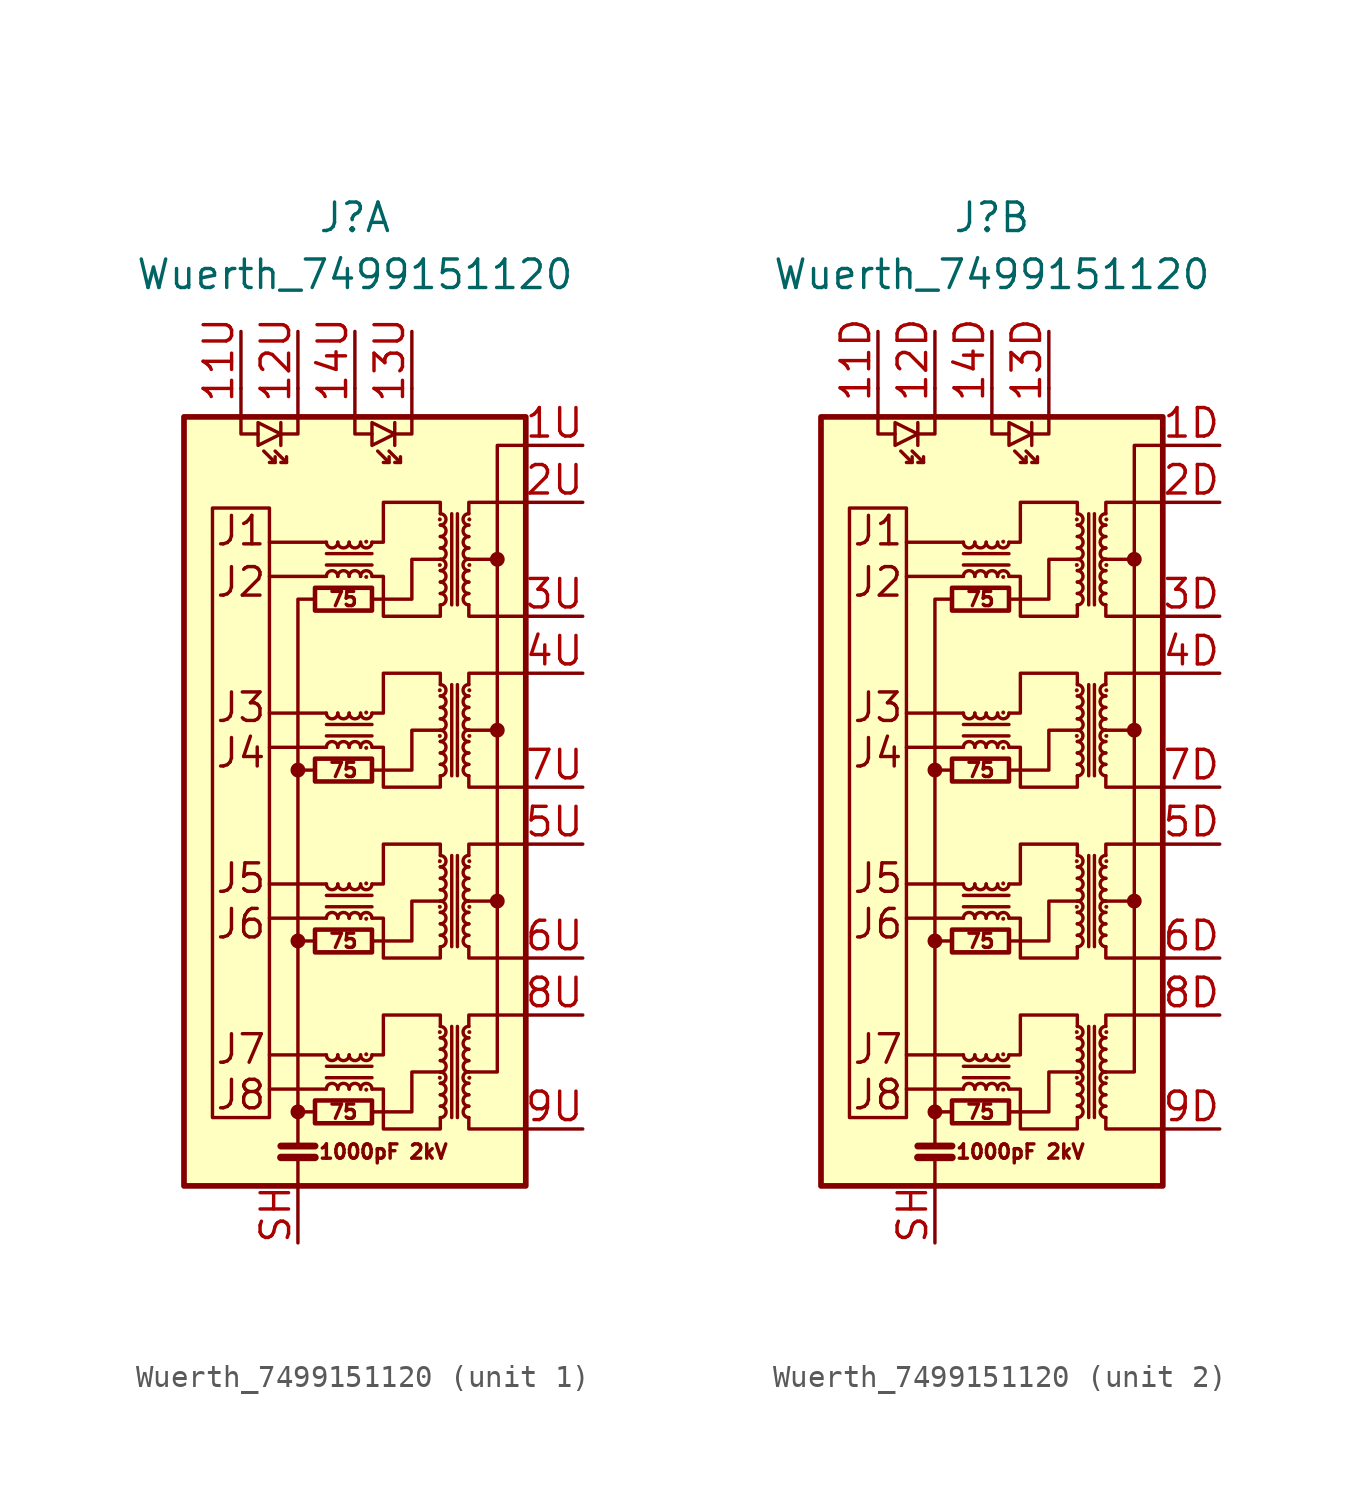
<source format=kicad_sym>
(kicad_symbol_lib
  (version 20201005)
  (generator kicad_symbol_editor)
  (symbol "Wuerth_7499151120"
    (pin_names
      (offset 0.025) hide)
    (property "Reference" "J"
      (at 0 25.4 0)
      (effects (font (size 1.27 1.27))))
    (property "Value" "Wuerth_7499151120"
      (at 0 22.86 0)
      (effects (font (size 1.27 1.27))))
    (property "ki_locked" ""
      (at 0 0 0)
      (effects (font (size 1.27 1.27))))
    (symbol "Wuerth_7499151120_0_0"
      (text "1000pF 2kV" (at 1.27 -16.256 0) (effects (font (size 0.635 0.635))))
      (text "75" (at -0.508 -14.478 0) (effects (font (size 0.635 0.635))))
      (text "75" (at -0.508 -6.858 0) (effects (font (size 0.635 0.635))))
      (text "75" (at -0.508 0.762 0) (effects (font (size 0.635 0.635))))
      (text "75" (at -0.508 8.382 0) (effects (font (size 0.635 0.635))))
      (text "J1" (at -5.08 11.43 0) (effects (font (size 1.27 1.27))))
      (text "J2" (at -5.08 9.144 0) (effects (font (size 1.27 1.27))))
      (text "J3" (at -5.08 3.556 0) (effects (font (size 1.27 1.27))))
      (text "J4" (at -5.08 1.524 0) (effects (font (size 1.27 1.27))))
      (text "J5" (at -5.08 -4.064 0) (effects (font (size 1.27 1.27))))
      (text "J6" (at -5.08 -6.096 0) (effects (font (size 1.27 1.27))))
      (text "J7" (at -5.08 -11.684 0) (effects (font (size 1.27 1.27))))
      (text "J8" (at -5.08 -13.716 0) (effects (font (size 1.27 1.27))))
      (polyline (pts (xy -1.778 -14.478) (xy -2.54 -14.478)) (stroke (width 0)) (fill (type none)))
      (polyline (pts (xy -1.27 -13.462) (xy -3.81 -13.462)) (stroke (width 0)) (fill (type none)))
      (polyline (pts (xy -1.27 -11.938) (xy -3.81 -11.938)) (stroke (width 0)) (fill (type none)))
      (polyline (pts (xy -1.27 -5.842) (xy -3.81 -5.842)) (stroke (width 0)) (fill (type none)))
      (polyline (pts (xy -1.27 -4.318) (xy -3.81 -4.318)) (stroke (width 0)) (fill (type none)))
      (polyline (pts (xy -1.27 1.778) (xy -3.81 1.778)) (stroke (width 0)) (fill (type none)))
      (polyline (pts (xy -1.27 3.302) (xy -3.81 3.302)) (stroke (width 0)) (fill (type none)))
      (polyline (pts (xy -1.27 9.398) (xy -3.81 9.398)) (stroke (width 0)) (fill (type none)))
      (polyline (pts (xy -1.27 10.922) (xy -3.81 10.922)) (stroke (width 0)) (fill (type none)))
      (polyline (pts (xy 5.08 2.54) (xy 6.35 2.54)) (stroke (width 0)) (fill (type none)))
      (polyline (pts (xy 6.35 -5.08) (xy 5.08 -5.08)) (stroke (width 0)) (fill (type none)))
      (polyline (pts (xy 6.35 10.16) (xy 5.08 10.16)) (stroke (width 0)) (fill (type none)))
      (polyline (pts (xy 0.762 -14.478) (xy 2.54 -14.478) (xy 2.54 -12.7) (xy 3.81 -12.7)) (stroke (width 0)) (fill (type none)))
      (polyline (pts (xy 0.762 -6.858) (xy 2.54 -6.858) (xy 2.54 -5.08) (xy 3.81 -5.08)) (stroke (width 0)) (fill (type none)))
      (polyline (pts (xy 0.762 0.762) (xy 2.54 0.762) (xy 2.54 2.54) (xy 3.81 2.54)) (stroke (width 0)) (fill (type none)))
      (polyline (pts (xy 0.762 8.382) (xy 2.54 8.382) (xy 2.54 10.16) (xy 3.81 10.16)) (stroke (width 0)) (fill (type none))))
    (symbol "Wuerth_7499151120_0_1"
      (arc (start -0.762 -13.462) (end -1.27 -13.462) (radius (at -1.016 -13.462) (length 0.254) (angles 0.1 179.9)) (stroke (width 0)) (fill (type none)))
      (arc (start -1.27 -11.938) (end -0.762 -11.938) (radius (at -1.016 -11.938) (length 0.254) (angles -179.9 -0.1)) (stroke (width 0)) (fill (type none)))
      (arc (start -0.762 -5.842) (end -1.27 -5.842) (radius (at -1.016 -5.842) (length 0.254) (angles 0.1 179.9)) (stroke (width 0)) (fill (type none)))
      (arc (start -1.27 -4.318) (end -0.762 -4.318) (radius (at -1.016 -4.318) (length 0.254) (angles -179.9 -0.1)) (stroke (width 0)) (fill (type none)))
      (arc (start -0.762 1.778) (end -1.27 1.778) (radius (at -1.016 1.778) (length 0.254) (angles 0.1 179.9)) (stroke (width 0)) (fill (type none)))
      (arc (start -1.27 3.302) (end -0.762 3.302) (radius (at -1.016 3.302) (length 0.254) (angles -179.9 -0.1)) (stroke (width 0)) (fill (type none)))
      (arc (start -0.762 9.398) (end -1.27 9.398) (radius (at -1.016 9.398) (length 0.254) (angles 0.1 179.9)) (stroke (width 0)) (fill (type none)))
      (arc (start -1.27 10.922) (end -0.762 10.922) (radius (at -1.016 10.922) (length 0.254) (angles -179.9 -0.1)) (stroke (width 0)) (fill (type none)))
      (arc (start -0.254 -13.462) (end -0.762 -13.462) (radius (at -0.508 -13.462) (length 0.254) (angles 0.1 179.9)) (stroke (width 0)) (fill (type none)))
      (arc (start -0.762 -11.938) (end -0.254 -11.938) (radius (at -0.508 -11.938) (length 0.254) (angles -179.9 -0.1)) (stroke (width 0)) (fill (type none)))
      (arc (start -0.254 -5.842) (end -0.762 -5.842) (radius (at -0.508 -5.842) (length 0.254) (angles 0.1 179.9)) (stroke (width 0)) (fill (type none)))
      (arc (start -0.762 -4.318) (end -0.254 -4.318) (radius (at -0.508 -4.318) (length 0.254) (angles -179.9 -0.1)) (stroke (width 0)) (fill (type none)))
      (arc (start -0.254 1.778) (end -0.762 1.778) (radius (at -0.508 1.778) (length 0.254) (angles 0.1 179.9)) (stroke (width 0)) (fill (type none)))
      (arc (start -0.762 3.302) (end -0.254 3.302) (radius (at -0.508 3.302) (length 0.254) (angles -179.9 -0.1)) (stroke (width 0)) (fill (type none)))
      (arc (start -0.254 9.398) (end -0.762 9.398) (radius (at -0.508 9.398) (length 0.254) (angles 0.1 179.9)) (stroke (width 0)) (fill (type none)))
      (arc (start -0.762 10.922) (end -0.254 10.922) (radius (at -0.508 10.922) (length 0.254) (angles -179.9 -0.1)) (stroke (width 0)) (fill (type none)))
      (arc (start 0.254 -13.462) (end -0.254 -13.462) (radius (at 0 -13.462) (length 0.254) (angles 0.1 179.9)) (stroke (width 0)) (fill (type none)))
      (arc (start -0.254 -11.938) (end 0.254 -11.938) (radius (at 0 -11.938) (length 0.254) (angles -179.9 -0.1)) (stroke (width 0)) (fill (type none)))
      (arc (start 0.254 -5.842) (end -0.254 -5.842) (radius (at 0 -5.842) (length 0.254) (angles 0.1 179.9)) (stroke (width 0)) (fill (type none)))
      (arc (start -0.254 -4.318) (end 0.254 -4.318) (radius (at 0 -4.318) (length 0.254) (angles -179.9 -0.1)) (stroke (width 0)) (fill (type none)))
      (arc (start 0.254 1.778) (end -0.254 1.778) (radius (at 0 1.778) (length 0.254) (angles 0.1 179.9)) (stroke (width 0)) (fill (type none)))
      (arc (start -0.254 3.302) (end 0.254 3.302) (radius (at 0 3.302) (length 0.254) (angles -179.9 -0.1)) (stroke (width 0)) (fill (type none)))
      (arc (start 0.254 9.398) (end -0.254 9.398) (radius (at 0 9.398) (length 0.254) (angles 0.1 179.9)) (stroke (width 0)) (fill (type none)))
      (arc (start -0.254 10.922) (end 0.254 10.922) (radius (at 0 10.922) (length 0.254) (angles -179.9 -0.1)) (stroke (width 0)) (fill (type none)))
      (arc (start 0.762 -13.462) (end 0.254 -13.462) (radius (at 0.508 -13.462) (length 0.254) (angles 0.1 179.9)) (stroke (width 0)) (fill (type none)))
      (arc (start 0.254 -11.938) (end 0.762 -11.938) (radius (at 0.508 -11.938) (length 0.254) (angles -179.9 -0.1)) (stroke (width 0)) (fill (type none)))
      (arc (start 0.762 -5.842) (end 0.254 -5.842) (radius (at 0.508 -5.842) (length 0.254) (angles 0.1 179.9)) (stroke (width 0)) (fill (type none)))
      (arc (start 0.254 -4.318) (end 0.762 -4.318) (radius (at 0.508 -4.318) (length 0.254) (angles -179.9 -0.1)) (stroke (width 0)) (fill (type none)))
      (arc (start 0.762 1.778) (end 0.254 1.778) (radius (at 0.508 1.778) (length 0.254) (angles 0.1 179.9)) (stroke (width 0)) (fill (type none)))
      (arc (start 0.254 3.302) (end 0.762 3.302) (radius (at 0.508 3.302) (length 0.254) (angles -179.9 -0.1)) (stroke (width 0)) (fill (type none)))
      (arc (start 0.762 9.398) (end 0.254 9.398) (radius (at 0.508 9.398) (length 0.254) (angles 0.1 179.9)) (stroke (width 0)) (fill (type none)))
      (arc (start 0.254 10.922) (end 0.762 10.922) (radius (at 0.508 10.922) (length 0.254) (angles -179.9 -0.1)) (stroke (width 0)) (fill (type none)))
      (arc (start 3.81 -14.732) (end 3.81 -14.224) (radius (at 3.81 -14.478) (length 0.254) (angles -89.9 89.9)) (stroke (width 0)) (fill (type none)))
      (arc (start 3.81 -14.224) (end 3.81 -13.716) (radius (at 3.81 -13.97) (length 0.254) (angles -89.9 89.9)) (stroke (width 0)) (fill (type none)))
      (arc (start 3.81 -13.716) (end 3.81 -13.208) (radius (at 3.81 -13.462) (length 0.254) (angles -89.9 89.9)) (stroke (width 0)) (fill (type none)))
      (arc (start 3.81 -13.208) (end 3.81 -12.7) (radius (at 3.81 -12.954) (length 0.254) (angles -89.9 89.9)) (stroke (width 0)) (fill (type none)))
      (arc (start 3.81 -12.7) (end 3.81 -12.192) (radius (at 3.81 -12.446) (length 0.254) (angles -89.9 89.9)) (stroke (width 0)) (fill (type none)))
      (arc (start 3.81 -12.192) (end 3.81 -11.684) (radius (at 3.81 -11.938) (length 0.254) (angles -89.9 89.9)) (stroke (width 0)) (fill (type none)))
      (arc (start 3.81 -11.684) (end 3.81 -11.176) (radius (at 3.81 -11.43) (length 0.254) (angles -89.9 89.9)) (stroke (width 0)) (fill (type none)))
      (arc (start 3.81 -11.176) (end 3.81 -10.668) (radius (at 3.81 -10.922) (length 0.254) (angles -89.9 89.9)) (stroke (width 0)) (fill (type none)))
      (arc (start 3.81 -7.112) (end 3.81 -6.604) (radius (at 3.81 -6.858) (length 0.254) (angles -89.9 89.9)) (stroke (width 0)) (fill (type none)))
      (arc (start 3.81 -6.604) (end 3.81 -6.096) (radius (at 3.81 -6.35) (length 0.254) (angles -89.9 89.9)) (stroke (width 0)) (fill (type none)))
      (arc (start 3.81 -6.096) (end 3.81 -5.588) (radius (at 3.81 -5.842) (length 0.254) (angles -89.9 89.9)) (stroke (width 0)) (fill (type none)))
      (arc (start 3.81 -5.588) (end 3.81 -5.08) (radius (at 3.81 -5.334) (length 0.254) (angles -89.9 89.9)) (stroke (width 0)) (fill (type none)))
      (arc (start 3.81 -5.08) (end 3.81 -4.572) (radius (at 3.81 -4.826) (length 0.254) (angles -89.9 89.9)) (stroke (width 0)) (fill (type none)))
      (arc (start 3.81 -4.572) (end 3.81 -4.064) (radius (at 3.81 -4.318) (length 0.254) (angles -89.9 89.9)) (stroke (width 0)) (fill (type none)))
      (arc (start 3.81 -4.064) (end 3.81 -3.556) (radius (at 3.81 -3.81) (length 0.254) (angles -89.9 89.9)) (stroke (width 0)) (fill (type none)))
      (arc (start 3.81 -3.556) (end 3.81 -3.048) (radius (at 3.81 -3.302) (length 0.254) (angles -89.9 89.9)) (stroke (width 0)) (fill (type none)))
      (arc (start 3.81 0.508) (end 3.81 1.016) (radius (at 3.81 0.762) (length 0.254) (angles -89.9 89.9)) (stroke (width 0)) (fill (type none)))
      (arc (start 3.81 1.016) (end 3.81 1.524) (radius (at 3.81 1.27) (length 0.254) (angles -89.9 89.9)) (stroke (width 0)) (fill (type none)))
      (arc (start 3.81 1.524) (end 3.81 2.032) (radius (at 3.81 1.778) (length 0.254) (angles -89.9 89.9)) (stroke (width 0)) (fill (type none)))
      (arc (start 3.81 2.032) (end 3.81 2.54) (radius (at 3.81 2.286) (length 0.254) (angles -89.9 89.9)) (stroke (width 0)) (fill (type none)))
      (arc (start 3.81 2.54) (end 3.81 3.048) (radius (at 3.81 2.794) (length 0.254) (angles -89.9 89.9)) (stroke (width 0)) (fill (type none)))
      (arc (start 3.81 3.048) (end 3.81 3.556) (radius (at 3.81 3.302) (length 0.254) (angles -89.9 89.9)) (stroke (width 0)) (fill (type none)))
      (arc (start 3.81 3.556) (end 3.81 4.064) (radius (at 3.81 3.81) (length 0.254) (angles -89.9 89.9)) (stroke (width 0)) (fill (type none)))
      (arc (start 3.81 4.064) (end 3.81 4.572) (radius (at 3.81 4.318) (length 0.254) (angles -89.9 89.9)) (stroke (width 0)) (fill (type none)))
      (arc (start 3.81 8.128) (end 3.81 8.636) (radius (at 3.81 8.382) (length 0.254) (angles -89.9 89.9)) (stroke (width 0)) (fill (type none)))
      (arc (start 3.81 8.636) (end 3.81 9.144) (radius (at 3.81 8.89) (length 0.254) (angles -89.9 89.9)) (stroke (width 0)) (fill (type none)))
      (arc (start 3.81 9.144) (end 3.81 9.652) (radius (at 3.81 9.398) (length 0.254) (angles -89.9 89.9)) (stroke (width 0)) (fill (type none)))
      (arc (start 3.81 9.652) (end 3.81 10.16) (radius (at 3.81 9.906) (length 0.254) (angles -89.9 89.9)) (stroke (width 0)) (fill (type none)))
      (arc (start 3.81 10.16) (end 3.81 10.668) (radius (at 3.81 10.414) (length 0.254) (angles -89.9 89.9)) (stroke (width 0)) (fill (type none)))
      (arc (start 3.81 10.668) (end 3.81 11.176) (radius (at 3.81 10.922) (length 0.254) (angles -89.9 89.9)) (stroke (width 0)) (fill (type none)))
      (arc (start 3.81 11.176) (end 3.81 11.684) (radius (at 3.81 11.43) (length 0.254) (angles -89.9 89.9)) (stroke (width 0)) (fill (type none)))
      (arc (start 3.81 11.684) (end 3.81 12.192) (radius (at 3.81 11.938) (length 0.254) (angles -89.9 89.9)) (stroke (width 0)) (fill (type none)))
      (arc (start 5.08 -14.224) (end 5.08 -14.732) (radius (at 5.08 -14.478) (length 0.254) (angles 90.1 -90.1)) (stroke (width 0)) (fill (type none)))
      (arc (start 5.08 -13.716) (end 5.08 -14.224) (radius (at 5.08 -13.97) (length 0.254) (angles 90.1 -90.1)) (stroke (width 0)) (fill (type none)))
      (arc (start 5.08 -13.208) (end 5.08 -13.716) (radius (at 5.08 -13.462) (length 0.254) (angles 90.1 -90.1)) (stroke (width 0)) (fill (type none)))
      (arc (start 5.08 -12.7) (end 5.08 -13.208) (radius (at 5.08 -12.954) (length 0.254) (angles 90.1 -90.1)) (stroke (width 0)) (fill (type none)))
      (arc (start 5.08 -12.192) (end 5.08 -12.7) (radius (at 5.08 -12.446) (length 0.254) (angles 90.1 -90.1)) (stroke (width 0)) (fill (type none)))
      (arc (start 5.08 -11.684) (end 5.08 -12.192) (radius (at 5.08 -11.938) (length 0.254) (angles 90.1 -90.1)) (stroke (width 0)) (fill (type none)))
      (arc (start 5.08 -11.176) (end 5.08 -11.684) (radius (at 5.08 -11.43) (length 0.254) (angles 90.1 -90.1)) (stroke (width 0)) (fill (type none)))
      (arc (start 5.08 -10.668) (end 5.08 -11.176) (radius (at 5.08 -10.922) (length 0.254) (angles 90.1 -90.1)) (stroke (width 0)) (fill (type none)))
      (arc (start 5.08 -6.604) (end 5.08 -7.112) (radius (at 5.08 -6.858) (length 0.254) (angles 90.1 -90.1)) (stroke (width 0)) (fill (type none)))
      (arc (start 5.08 -6.096) (end 5.08 -6.604) (radius (at 5.08 -6.35) (length 0.254) (angles 90.1 -90.1)) (stroke (width 0)) (fill (type none)))
      (arc (start 5.08 -5.588) (end 5.08 -6.096) (radius (at 5.08 -5.842) (length 0.254) (angles 90.1 -90.1)) (stroke (width 0)) (fill (type none)))
      (arc (start 5.08 -5.08) (end 5.08 -5.588) (radius (at 5.08 -5.334) (length 0.254) (angles 90.1 -90.1)) (stroke (width 0)) (fill (type none)))
      (arc (start 5.08 -4.572) (end 5.08 -5.08) (radius (at 5.08 -4.826) (length 0.254) (angles 90.1 -90.1)) (stroke (width 0)) (fill (type none)))
      (arc (start 5.08 -4.064) (end 5.08 -4.572) (radius (at 5.08 -4.318) (length 0.254) (angles 90.1 -90.1)) (stroke (width 0)) (fill (type none)))
      (arc (start 5.08 -3.556) (end 5.08 -4.064) (radius (at 5.08 -3.81) (length 0.254) (angles 90.1 -90.1)) (stroke (width 0)) (fill (type none)))
      (arc (start 5.08 -3.048) (end 5.08 -3.556) (radius (at 5.08 -3.302) (length 0.254) (angles 90.1 -90.1)) (stroke (width 0)) (fill (type none)))
      (arc (start 5.08 1.016) (end 5.08 0.508) (radius (at 5.08 0.762) (length 0.254) (angles 90.1 -90.1)) (stroke (width 0)) (fill (type none)))
      (arc (start 5.08 1.524) (end 5.08 1.016) (radius (at 5.08 1.27) (length 0.254) (angles 90.1 -90.1)) (stroke (width 0)) (fill (type none)))
      (arc (start 5.08 2.032) (end 5.08 1.524) (radius (at 5.08 1.778) (length 0.254) (angles 90.1 -90.1)) (stroke (width 0)) (fill (type none)))
      (arc (start 5.08 2.54) (end 5.08 2.032) (radius (at 5.08 2.286) (length 0.254) (angles 90.1 -90.1)) (stroke (width 0)) (fill (type none)))
      (arc (start 5.08 3.048) (end 5.08 2.54) (radius (at 5.08 2.794) (length 0.254) (angles 90.1 -90.1)) (stroke (width 0)) (fill (type none)))
      (arc (start 5.08 3.556) (end 5.08 3.048) (radius (at 5.08 3.302) (length 0.254) (angles 90.1 -90.1)) (stroke (width 0)) (fill (type none)))
      (arc (start 5.08 4.064) (end 5.08 3.556) (radius (at 5.08 3.81) (length 0.254) (angles 90.1 -90.1)) (stroke (width 0)) (fill (type none)))
      (arc (start 5.08 4.572) (end 5.08 4.064) (radius (at 5.08 4.318) (length 0.254) (angles 90.1 -90.1)) (stroke (width 0)) (fill (type none)))
      (arc (start 5.08 8.636) (end 5.08 8.128) (radius (at 5.08 8.382) (length 0.254) (angles 90.1 -90.1)) (stroke (width 0)) (fill (type none)))
      (arc (start 5.08 9.144) (end 5.08 8.636) (radius (at 5.08 8.89) (length 0.254) (angles 90.1 -90.1)) (stroke (width 0)) (fill (type none)))
      (arc (start 5.08 9.652) (end 5.08 9.144) (radius (at 5.08 9.398) (length 0.254) (angles 90.1 -90.1)) (stroke (width 0)) (fill (type none)))
      (arc (start 5.08 10.16) (end 5.08 9.652) (radius (at 5.08 9.906) (length 0.254) (angles 90.1 -90.1)) (stroke (width 0)) (fill (type none)))
      (arc (start 5.08 10.668) (end 5.08 10.16) (radius (at 5.08 10.414) (length 0.254) (angles 90.1 -90.1)) (stroke (width 0)) (fill (type none)))
      (arc (start 5.08 11.176) (end 5.08 10.668) (radius (at 5.08 10.922) (length 0.254) (angles 90.1 -90.1)) (stroke (width 0)) (fill (type none)))
      (arc (start 5.08 11.684) (end 5.08 11.176) (radius (at 5.08 11.43) (length 0.254) (angles 90.1 -90.1)) (stroke (width 0)) (fill (type none)))
      (arc (start 5.08 12.192) (end 5.08 11.684) (radius (at 5.08 11.938) (length 0.254) (angles 90.1 -90.1)) (stroke (width 0)) (fill (type none)))
      (circle (center -2.54 -14.478) (radius 0.254) (stroke (width 0)) (fill (type outline)))
      (circle (center -2.54 -6.858) (radius 0.254) (stroke (width 0)) (fill (type outline)))
      (circle (center -2.54 0.762) (radius 0.254) (stroke (width 0)) (fill (type outline)))
      (circle (center 0.508 -13.487) (radius 0.076) (stroke (width 0.025)) (fill (type outline)))
      (circle (center 0.508 -11.913) (radius 0.076) (stroke (width 0.025)) (fill (type outline)))
      (circle (center 0.508 -5.867) (radius 0.076) (stroke (width 0.025)) (fill (type outline)))
      (circle (center 0.508 -4.293) (radius 0.076) (stroke (width 0.025)) (fill (type outline)))
      (circle (center 0.508 1.753) (radius 0.076) (stroke (width 0.025)) (fill (type outline)))
      (circle (center 0.508 3.327) (radius 0.076) (stroke (width 0.025)) (fill (type outline)))
      (circle (center 0.508 9.373) (radius 0.076) (stroke (width 0.025)) (fill (type outline)))
      (circle (center 0.508 10.947) (radius 0.076) (stroke (width 0.025)) (fill (type outline)))
      (circle (center 3.785 -12.954) (radius 0.076) (stroke (width 0.025)) (fill (type outline)))
      (circle (center 3.785 -10.922) (radius 0.076) (stroke (width 0.025)) (fill (type outline)))
      (circle (center 3.785 -5.334) (radius 0.076) (stroke (width 0.025)) (fill (type outline)))
      (circle (center 3.785 -3.302) (radius 0.076) (stroke (width 0.025)) (fill (type outline)))
      (circle (center 3.785 2.286) (radius 0.076) (stroke (width 0.025)) (fill (type outline)))
      (circle (center 3.785 4.318) (radius 0.076) (stroke (width 0.025)) (fill (type outline)))
      (circle (center 3.785 9.906) (radius 0.076) (stroke (width 0.025)) (fill (type outline)))
      (circle (center 3.785 11.938) (radius 0.076) (stroke (width 0.025)) (fill (type outline)))
      (circle (center 5.105 -12.954) (radius 0.076) (stroke (width 0.025)) (fill (type outline)))
      (circle (center 5.105 -10.922) (radius 0.076) (stroke (width 0.025)) (fill (type outline)))
      (circle (center 5.105 -5.334) (radius 0.076) (stroke (width 0.025)) (fill (type outline)))
      (circle (center 5.105 -3.302) (radius 0.076) (stroke (width 0.025)) (fill (type outline)))
      (circle (center 5.105 2.286) (radius 0.076) (stroke (width 0.025)) (fill (type outline)))
      (circle (center 5.105 4.318) (radius 0.076) (stroke (width 0.025)) (fill (type outline)))
      (circle (center 5.105 9.906) (radius 0.076) (stroke (width 0.025)) (fill (type outline)))
      (circle (center 5.105 11.938) (radius 0.076) (stroke (width 0.025)) (fill (type outline)))
      (circle (center 6.35 -5.08) (radius 0.254) (stroke (width 0)) (fill (type outline)))
      (circle (center 6.35 2.54) (radius 0.254) (stroke (width 0)) (fill (type outline)))
      (circle (center 6.35 10.16) (radius 0.254) (stroke (width 0)) (fill (type outline)))
      (rectangle (start -3.81 -14.732) (end -6.35 12.446) (stroke (width 0)) (fill (type none)))
      (rectangle (start -1.778 -14.986) (end 0.762 -13.97) (stroke (width 0.203)) (fill (type none)))
      (rectangle (start -1.778 -7.366) (end 0.762 -6.35) (stroke (width 0.203)) (fill (type none)))
      (rectangle (start -1.778 0.254) (end 0.762 1.27) (stroke (width 0.203)) (fill (type none)))
      (rectangle (start -1.778 7.874) (end 0.762 8.89) (stroke (width 0.203)) (fill (type none)))
      (rectangle (start 7.62 16.51) (end -7.62 -17.78) (stroke (width 0.254)) (fill (type background)))
      (polyline (pts (xy -3.556 14.478) (xy -4.064 14.986)) (stroke (width 0)) (fill (type none)))
      (polyline (pts (xy -3.302 -16.51) (xy -1.778 -16.51)) (stroke (width 0.33)) (fill (type none)))
      (polyline (pts (xy -3.302 -16.002) (xy -1.778 -16.002)) (stroke (width 0.305)) (fill (type none)))
      (polyline (pts (xy -3.302 16.256) (xy -3.302 15.24)) (stroke (width 0)) (fill (type none)))
      (polyline (pts (xy -3.048 14.478) (xy -3.556 14.986)) (stroke (width 0)) (fill (type none)))
      (polyline (pts (xy -2.54 -17.78) (xy -2.54 -16.51)) (stroke (width 0)) (fill (type none)))
      (polyline (pts (xy -2.54 0.762) (xy -1.778 0.762)) (stroke (width 0)) (fill (type none)))
      (polyline (pts (xy -1.778 -6.858) (xy -2.54 -6.858)) (stroke (width 0)) (fill (type none)))
      (polyline (pts (xy -1.27 -12.954) (xy 0.762 -12.954)) (stroke (width 0)) (fill (type none)))
      (polyline (pts (xy -1.27 -5.334) (xy 0.762 -5.334)) (stroke (width 0)) (fill (type none)))
      (polyline (pts (xy -1.27 2.286) (xy 0.762 2.286)) (stroke (width 0)) (fill (type none)))
      (polyline (pts (xy -1.27 9.906) (xy 0.762 9.906)) (stroke (width 0)) (fill (type none)))
      (polyline (pts (xy 0.762 -12.446) (xy -1.27 -12.446)) (stroke (width 0)) (fill (type none)))
      (polyline (pts (xy 0.762 -4.826) (xy -1.27 -4.826)) (stroke (width 0)) (fill (type none)))
      (polyline (pts (xy 0.762 2.794) (xy -1.27 2.794)) (stroke (width 0)) (fill (type none)))
      (polyline (pts (xy 0.762 10.414) (xy -1.27 10.414)) (stroke (width 0)) (fill (type none)))
      (polyline (pts (xy 1.524 14.478) (xy 1.016 14.986)) (stroke (width 0)) (fill (type none)))
      (polyline (pts (xy 1.778 16.256) (xy 1.778 15.24)) (stroke (width 0)) (fill (type none)))
      (polyline (pts (xy 2.032 14.478) (xy 1.524 14.986)) (stroke (width 0)) (fill (type none)))
      (polyline (pts (xy 4.318 -10.668) (xy 4.318 -14.732)) (stroke (width 0)) (fill (type none)))
      (polyline (pts (xy 4.318 -3.048) (xy 4.318 -7.112)) (stroke (width 0)) (fill (type none)))
      (polyline (pts (xy 4.318 4.572) (xy 4.318 0.508)) (stroke (width 0)) (fill (type none)))
      (polyline (pts (xy 4.318 12.192) (xy 4.318 8.128)) (stroke (width 0)) (fill (type none)))
      (polyline (pts (xy 4.572 -14.732) (xy 4.572 -10.668)) (stroke (width 0)) (fill (type none)))
      (polyline (pts (xy 4.572 -7.112) (xy 4.572 -3.048)) (stroke (width 0)) (fill (type none)))
      (polyline (pts (xy 4.572 0.508) (xy 4.572 4.572)) (stroke (width 0)) (fill (type none)))
      (polyline (pts (xy 4.572 8.128) (xy 4.572 12.192)) (stroke (width 0)) (fill (type none)))
      (polyline (pts (xy -5.08 17.78) (xy -5.08 15.748) (xy -4.318 15.748)) (stroke (width 0)) (fill (type none)))
      (polyline (pts (xy -3.556 14.732) (xy -3.556 14.478) (xy -3.81 14.478)) (stroke (width 0)) (fill (type none)))
      (polyline (pts (xy -3.048 14.732) (xy -3.048 14.478) (xy -3.302 14.478)) (stroke (width 0)) (fill (type none)))
      (polyline (pts (xy -2.54 -16.002) (xy -2.54 8.382) (xy -1.778 8.382)) (stroke (width 0)) (fill (type none)))
      (polyline (pts (xy -2.54 17.78) (xy -2.54 15.748) (xy -3.302 15.748)) (stroke (width 0)) (fill (type none)))
      (polyline (pts (xy 0 17.78) (xy 0 15.748) (xy 0.762 15.748)) (stroke (width 0)) (fill (type none)))
      (polyline (pts (xy 1.524 14.732) (xy 1.524 14.478) (xy 1.27 14.478)) (stroke (width 0)) (fill (type none)))
      (polyline (pts (xy 2.032 14.732) (xy 2.032 14.478) (xy 1.778 14.478)) (stroke (width 0)) (fill (type none)))
      (polyline (pts (xy 2.54 17.78) (xy 2.54 15.748) (xy 1.778 15.748)) (stroke (width 0)) (fill (type none)))
      (polyline (pts (xy 5.08 -14.732) (xy 5.08 -15.24) (xy 7.62 -15.24)) (stroke (width 0)) (fill (type none)))
      (polyline (pts (xy 5.08 -10.668) (xy 5.08 -10.16) (xy 7.62 -10.16)) (stroke (width 0)) (fill (type none)))
      (polyline (pts (xy 5.08 -7.112) (xy 5.08 -7.62) (xy 7.62 -7.62)) (stroke (width 0)) (fill (type none)))
      (polyline (pts (xy 5.08 -3.048) (xy 5.08 -2.54) (xy 7.62 -2.54)) (stroke (width 0)) (fill (type none)))
      (polyline (pts (xy 5.08 0.508) (xy 5.08 0) (xy 7.62 0)) (stroke (width 0)) (fill (type none)))
      (polyline (pts (xy 5.08 4.572) (xy 5.08 5.08) (xy 7.62 5.08)) (stroke (width 0)) (fill (type none)))
      (polyline (pts (xy 5.08 8.128) (xy 5.08 7.62) (xy 7.62 7.62)) (stroke (width 0)) (fill (type none)))
      (polyline (pts (xy 5.08 12.192) (xy 5.08 12.7) (xy 7.62 12.7)) (stroke (width 0)) (fill (type none)))
      (polyline (pts (xy -3.302 15.748) (xy -4.318 16.256) (xy -4.318 15.24) (xy -3.302 15.748)) (stroke (width 0)) (fill (type none)))
      (polyline (pts (xy 1.778 15.748) (xy 0.762 16.256) (xy 0.762 15.24) (xy 1.778 15.748)) (stroke (width 0)) (fill (type none)))
      (polyline (pts (xy 7.62 15.24) (xy 6.35 15.24) (xy 6.35 -12.7) (xy 5.08 -12.7)) (stroke (width 0)) (fill (type none)))
      (polyline (pts (xy 0.762 -11.938) (xy 1.27 -11.938) (xy 1.27 -10.16) (xy 3.81 -10.16) (xy 3.81 -10.668)) (stroke (width 0)) (fill (type none)))
      (polyline (pts (xy 0.762 -4.318) (xy 1.27 -4.318) (xy 1.27 -2.54) (xy 3.81 -2.54) (xy 3.81 -3.048)) (stroke (width 0)) (fill (type none)))
      (polyline (pts (xy 0.762 3.302) (xy 1.27 3.302) (xy 1.27 5.08) (xy 3.81 5.08) (xy 3.81 4.572)) (stroke (width 0)) (fill (type none)))
      (polyline (pts (xy 0.762 10.922) (xy 1.27 10.922) (xy 1.27 12.7) (xy 3.81 12.7) (xy 3.81 12.192)) (stroke (width 0)) (fill (type none)))
      (polyline (pts (xy 3.81 -14.732) (xy 3.81 -15.24) (xy 1.27 -15.24) (xy 1.27 -13.462) (xy 0.762 -13.462)) (stroke (width 0)) (fill (type none)))
      (polyline (pts (xy 3.81 -7.112) (xy 3.81 -7.62) (xy 1.27 -7.62) (xy 1.27 -5.842) (xy 0.762 -5.842)) (stroke (width 0)) (fill (type none)))
      (polyline (pts (xy 3.81 0.508) (xy 3.81 0) (xy 1.27 0) (xy 1.27 1.778) (xy 0.762 1.778)) (stroke (width 0)) (fill (type none)))
      (polyline (pts (xy 3.81 8.128) (xy 3.81 7.62) (xy 1.27 7.62) (xy 1.27 9.398) (xy 0.762 9.398)) (stroke (width 0)) (fill (type none)))
      (pin power_in line (at -2.54 -20.32 90) (length 2.54) (name "~" (effects (font (size 1.27 1.27)))) (number "SH" (effects (font (size 1.27 1.27))))))
    (symbol "Wuerth_7499151120_1_1"
      (pin no_connect line (at 0 -17.78 90) (length 2.54) hide (name "~" (effects (font (size 1.27 1.27)))) (number "10U" (effects (font (size 1.27 1.27)))))
      (pin passive line (at -5.08 20.32 270) (length 2.54) (name "~" (effects (font (size 1.27 1.27)))) (number "11U" (effects (font (size 1.27 1.27)))))
      (pin passive line (at -2.54 20.32 270) (length 2.54) (name "~" (effects (font (size 1.27 1.27)))) (number "12U" (effects (font (size 1.27 1.27)))))
      (pin passive line (at 2.54 20.32 270) (length 2.54) (name "~" (effects (font (size 1.27 1.27)))) (number "13U" (effects (font (size 1.27 1.27)))))
      (pin passive line (at 0 20.32 270) (length 2.54) (name "~" (effects (font (size 1.27 1.27)))) (number "14U" (effects (font (size 1.27 1.27)))))
      (pin passive line (at 10.16 15.24 180) (length 2.54) (name "~" (effects (font (size 1.27 1.27)))) (number "1U" (effects (font (size 1.27 1.27)))))
      (pin passive line (at 10.16 12.7 180) (length 2.54) (name "~" (effects (font (size 1.27 1.27)))) (number "2U" (effects (font (size 1.27 1.27)))))
      (pin passive line (at 10.16 7.62 180) (length 2.54) (name "~" (effects (font (size 1.27 1.27)))) (number "3U" (effects (font (size 1.27 1.27)))))
      (pin passive line (at 10.16 5.08 180) (length 2.54) (name "~" (effects (font (size 1.27 1.27)))) (number "4U" (effects (font (size 1.27 1.27)))))
      (pin passive line (at 10.16 -2.54 180) (length 2.54) (name "~" (effects (font (size 1.27 1.27)))) (number "5U" (effects (font (size 1.27 1.27)))))
      (pin passive line (at 10.16 -7.62 180) (length 2.54) (name "~" (effects (font (size 1.27 1.27)))) (number "6U" (effects (font (size 1.27 1.27)))))
      (pin passive line (at 10.16 0 180) (length 2.54) (name "~" (effects (font (size 1.27 1.27)))) (number "7U" (effects (font (size 1.27 1.27)))))
      (pin passive line (at 10.16 -10.16 180) (length 2.54) (name "~" (effects (font (size 1.27 1.27)))) (number "8U" (effects (font (size 1.27 1.27)))))
      (pin passive line (at 10.16 -15.24 180) (length 2.54) (name "~" (effects (font (size 1.27 1.27)))) (number "9U" (effects (font (size 1.27 1.27))))))
    (symbol "Wuerth_7499151120_2_1"
      (pin no_connect line (at 0 -17.78 90) (length 2.54) hide (name "~" (effects (font (size 1.27 1.27)))) (number "10D" (effects (font (size 1.27 1.27)))))
      (pin passive line (at -5.08 20.32 270) (length 2.54) (name "~" (effects (font (size 1.27 1.27)))) (number "11D" (effects (font (size 1.27 1.27)))))
      (pin passive line (at -2.54 20.32 270) (length 2.54) (name "~" (effects (font (size 1.27 1.27)))) (number "12D" (effects (font (size 1.27 1.27)))))
      (pin passive line (at 2.54 20.32 270) (length 2.54) (name "~" (effects (font (size 1.27 1.27)))) (number "13D" (effects (font (size 1.27 1.27)))))
      (pin passive line (at 0 20.32 270) (length 2.54) (name "~" (effects (font (size 1.27 1.27)))) (number "14D" (effects (font (size 1.27 1.27)))))
      (pin passive line (at 10.16 15.24 180) (length 2.54) (name "~" (effects (font (size 1.27 1.27)))) (number "1D" (effects (font (size 1.27 1.27)))))
      (pin passive line (at 10.16 12.7 180) (length 2.54) (name "~" (effects (font (size 1.27 1.27)))) (number "2D" (effects (font (size 1.27 1.27)))))
      (pin passive line (at 10.16 7.62 180) (length 2.54) (name "~" (effects (font (size 1.27 1.27)))) (number "3D" (effects (font (size 1.27 1.27)))))
      (pin passive line (at 10.16 5.08 180) (length 2.54) (name "~" (effects (font (size 1.27 1.27)))) (number "4D" (effects (font (size 1.27 1.27)))))
      (pin passive line (at 10.16 -2.54 180) (length 2.54) (name "~" (effects (font (size 1.27 1.27)))) (number "5D" (effects (font (size 1.27 1.27)))))
      (pin passive line (at 10.16 -7.62 180) (length 2.54) (name "~" (effects (font (size 1.27 1.27)))) (number "6D" (effects (font (size 1.27 1.27)))))
      (pin passive line (at 10.16 0 180) (length 2.54) (name "~" (effects (font (size 1.27 1.27)))) (number "7D" (effects (font (size 1.27 1.27)))))
      (pin passive line (at 10.16 -10.16 180) (length 2.54) (name "~" (effects (font (size 1.27 1.27)))) (number "8D" (effects (font (size 1.27 1.27)))))
      (pin passive line (at 10.16 -15.24 180) (length 2.54) (name "~" (effects (font (size 1.27 1.27)))) (number "9D" (effects (font (size 1.27 1.27))))))))
</source>
